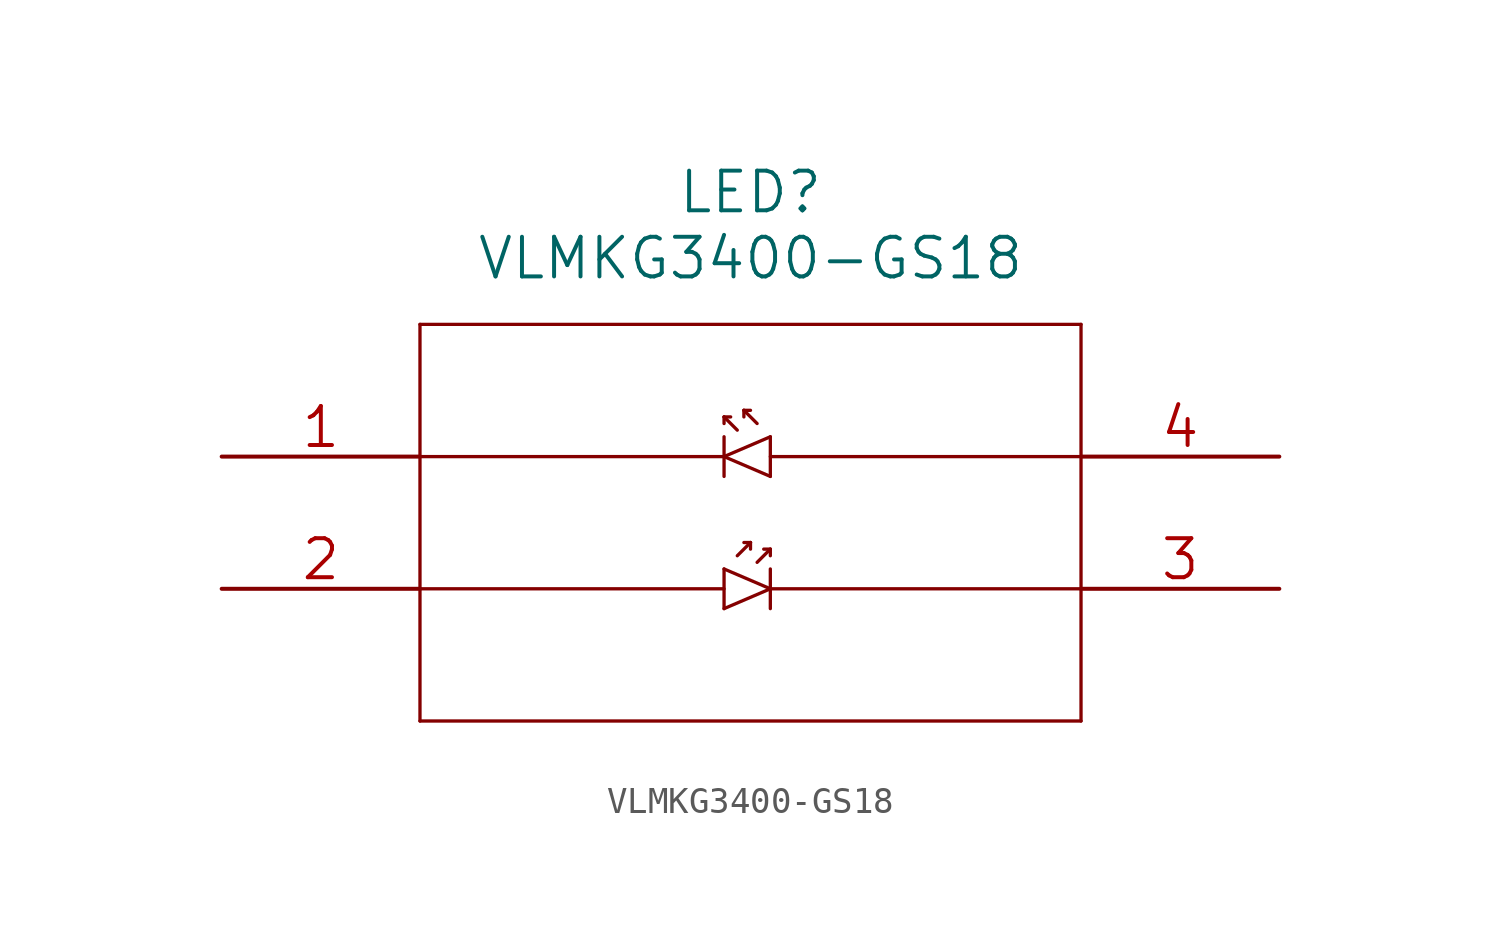
<source format=kicad_sym>
(kicad_symbol_lib
  (version 20211014)
  (generator kicad_symbol_editor)
  (symbol "VLMKG3400-GS18"
    (pin_names
      (offset 0.254) hide)
    (property "Reference" "LED"
      (at 20.32 10.16 0)
      (effects (font (size 1.524 1.524))))
    (property "Value" "VLMKG3400-GS18"
      (at 20.32 7.62 0)
      (effects (font (size 1.524 1.524))))
    (property "Datasheet" ""
      (at 0 0 0)
      (effects (font (size 1.524 1.524))))
    (property "ki_locked" ""
      (at 0 0 0)
      (effects (font (size 1.27 1.27))))
    (symbol "VLMKG3400-GS18_1_1"
      (polyline (pts (xy 7.62 -10.16) (xy 33.02 -10.16)) (stroke (width 0.127) (type default) (color 0 0 0 0)) (fill (type none)))
      (polyline (pts (xy 7.62 -5.08) (xy 19.304 -5.08)) (stroke (width 0.127) (type default) (color 0 0 0 0)) (fill (type none)))
      (polyline (pts (xy 7.62 0) (xy 19.304 0)) (stroke (width 0.127) (type default) (color 0 0 0 0)) (fill (type none)))
      (polyline (pts (xy 7.62 5.08) (xy 7.62 -10.16)) (stroke (width 0.127) (type default) (color 0 0 0 0)) (fill (type none)))
      (polyline (pts (xy 19.304 -5.842) (xy 21.082 -5.08)) (stroke (width 0.127) (type default) (color 0 0 0 0)) (fill (type none)))
      (polyline (pts (xy 19.304 -4.318) (xy 19.304 -5.842)) (stroke (width 0.127) (type default) (color 0 0 0 0)) (fill (type none)))
      (polyline (pts (xy 19.304 0) (xy 21.082 0.762)) (stroke (width 0.127) (type default) (color 0 0 0 0)) (fill (type none)))
      (polyline (pts (xy 19.304 0.762) (xy 19.304 -0.762)) (stroke (width 0.127) (type default) (color 0 0 0 0)) (fill (type none)))
      (polyline (pts (xy 19.304 1.524) (xy 19.304 1.27)) (stroke (width 0.127) (type default) (color 0 0 0 0)) (fill (type none)))
      (polyline (pts (xy 19.304 1.524) (xy 19.558 1.524)) (stroke (width 0.127) (type default) (color 0 0 0 0)) (fill (type none)))
      (polyline (pts (xy 19.812 -3.81) (xy 20.32 -3.302)) (stroke (width 0.127) (type default) (color 0 0 0 0)) (fill (type none)))
      (polyline (pts (xy 19.812 1.016) (xy 19.304 1.524)) (stroke (width 0.127) (type default) (color 0 0 0 0)) (fill (type none)))
      (polyline (pts (xy 20.066 1.778) (xy 20.066 1.524)) (stroke (width 0.127) (type default) (color 0 0 0 0)) (fill (type none)))
      (polyline (pts (xy 20.066 1.778) (xy 20.32 1.778)) (stroke (width 0.127) (type default) (color 0 0 0 0)) (fill (type none)))
      (polyline (pts (xy 20.32 -3.302) (xy 20.066 -3.302)) (stroke (width 0.127) (type default) (color 0 0 0 0)) (fill (type none)))
      (polyline (pts (xy 20.32 -3.302) (xy 20.32 -3.556)) (stroke (width 0.127) (type default) (color 0 0 0 0)) (fill (type none)))
      (polyline (pts (xy 20.574 -4.064) (xy 21.082 -3.556)) (stroke (width 0.127) (type default) (color 0 0 0 0)) (fill (type none)))
      (polyline (pts (xy 20.574 1.27) (xy 20.066 1.778)) (stroke (width 0.127) (type default) (color 0 0 0 0)) (fill (type none)))
      (polyline (pts (xy 21.082 -5.08) (xy 19.304 -4.318)) (stroke (width 0.127) (type default) (color 0 0 0 0)) (fill (type none)))
      (polyline (pts (xy 21.082 -5.08) (xy 33.02 -5.08)) (stroke (width 0.127) (type default) (color 0 0 0 0)) (fill (type none)))
      (polyline (pts (xy 21.082 -4.318) (xy 21.082 -5.842)) (stroke (width 0.127) (type default) (color 0 0 0 0)) (fill (type none)))
      (polyline (pts (xy 21.082 -3.556) (xy 20.828 -3.556)) (stroke (width 0.127) (type default) (color 0 0 0 0)) (fill (type none)))
      (polyline (pts (xy 21.082 -3.556) (xy 21.082 -3.81)) (stroke (width 0.127) (type default) (color 0 0 0 0)) (fill (type none)))
      (polyline (pts (xy 21.082 -0.762) (xy 19.304 0)) (stroke (width 0.127) (type default) (color 0 0 0 0)) (fill (type none)))
      (polyline (pts (xy 21.082 0) (xy 33.02 0)) (stroke (width 0.127) (type default) (color 0 0 0 0)) (fill (type none)))
      (polyline (pts (xy 21.082 0.762) (xy 21.082 -0.762)) (stroke (width 0.127) (type default) (color 0 0 0 0)) (fill (type none)))
      (polyline (pts (xy 33.02 -10.16) (xy 33.02 5.08)) (stroke (width 0.127) (type default) (color 0 0 0 0)) (fill (type none)))
      (polyline (pts (xy 33.02 5.08) (xy 7.62 5.08)) (stroke (width 0.127) (type default) (color 0 0 0 0)) (fill (type none)))
      (pin unspecified line (at 0 0 0) (length 7.62) (name "1" (effects (font (size 1.499 1.499)))) (number "1" (effects (font (size 1.499 1.499)))))
      (pin unspecified line (at 0 -5.08 0) (length 7.62) (name "2" (effects (font (size 1.499 1.499)))) (number "2" (effects (font (size 1.499 1.499)))))
      (pin unspecified line (at 40.64 -5.08 180) (length 7.62) (name "3" (effects (font (size 1.499 1.499)))) (number "3" (effects (font (size 1.499 1.499)))))
      (pin unspecified line (at 40.64 0 180) (length 7.62) (name "4" (effects (font (size 1.499 1.499)))) (number "4" (effects (font (size 1.499 1.499))))))))
</source>
